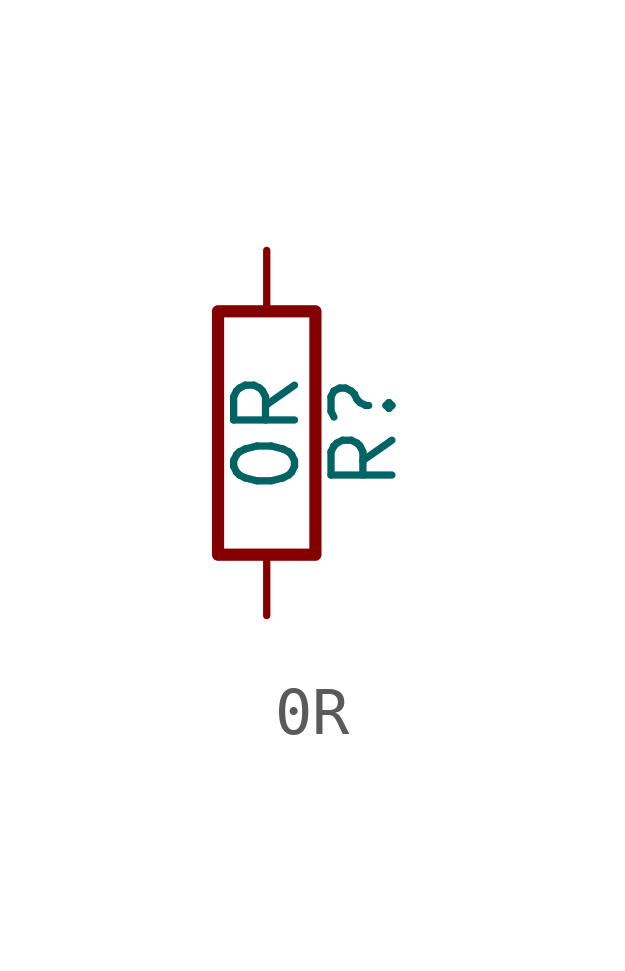
<source format=kicad_sym>
(kicad_symbol_lib
  (version 20220914)
  (generator kicad_db_lib)
  (symbol "0R"
    (pin_numbers hide)
    (pin_names
      (offset 0))
    (property "Reference" "R"
      (at 2.032 0 90)
      (effects (font (size 1.27 1.27))))
    (property "Value" "0R"
      (at 0 0 90)
      (effects (font (size 1.27 1.27))))
    (symbol "0R_0_1"
      (rectangle (start -1.016 -2.54) (end 1.016 2.54) (stroke (width 0.254) (type default)) (fill (type none))))
    (symbol "0R_1_1"
      (pin passive line (at 0 3.81 270) (length 1.27) (name "~" (effects (font (size 1.27 1.27)))) (number "1" (effects (font (size 1.27 1.27)))))
      (pin passive line (at 0 -3.81 90) (length 1.27) (name "~" (effects (font (size 1.27 1.27)))) (number "2" (effects (font (size 1.27 1.27))))))))
</source>
